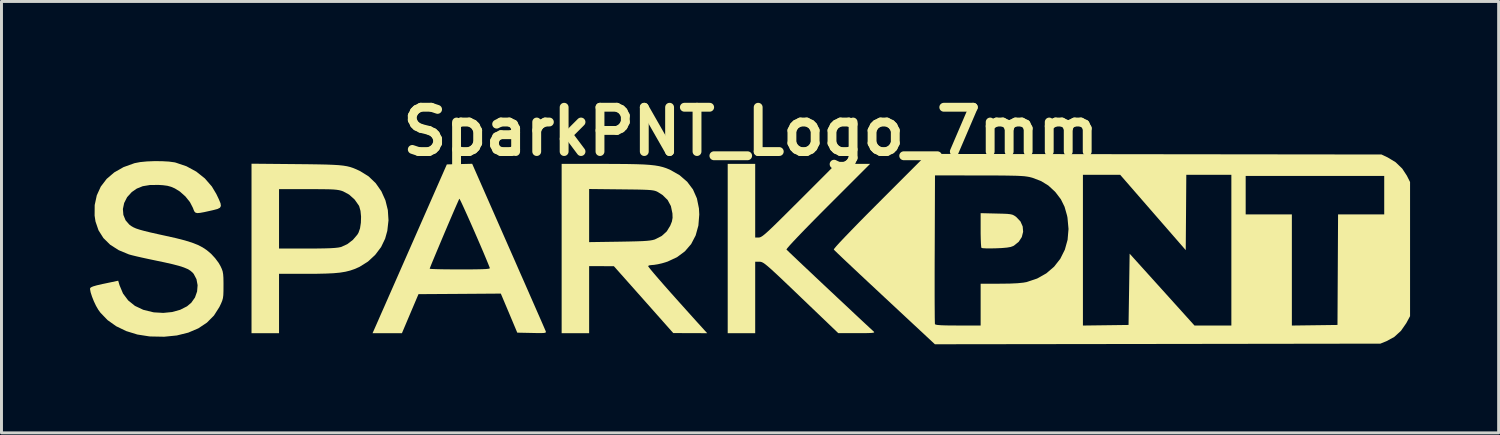
<source format=kicad_pcb>
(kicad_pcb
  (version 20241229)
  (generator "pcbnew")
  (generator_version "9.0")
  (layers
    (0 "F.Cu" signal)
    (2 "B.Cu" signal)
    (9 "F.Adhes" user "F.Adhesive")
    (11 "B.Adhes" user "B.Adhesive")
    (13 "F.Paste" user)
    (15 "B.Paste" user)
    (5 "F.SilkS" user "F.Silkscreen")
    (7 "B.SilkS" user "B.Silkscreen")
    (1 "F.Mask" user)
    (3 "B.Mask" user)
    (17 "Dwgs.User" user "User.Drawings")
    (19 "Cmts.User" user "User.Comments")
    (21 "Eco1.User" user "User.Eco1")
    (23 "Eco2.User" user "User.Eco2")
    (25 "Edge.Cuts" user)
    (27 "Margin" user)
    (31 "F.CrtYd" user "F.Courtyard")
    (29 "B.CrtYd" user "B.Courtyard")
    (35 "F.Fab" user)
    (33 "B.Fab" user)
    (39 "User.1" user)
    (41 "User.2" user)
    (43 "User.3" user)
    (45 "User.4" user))
  (footprint "SparkPNT_Logo_7mm"
    (layer "F.Cu")
    (at 22.377 5.404)
    (property "Reference" "SparkPNT_Logo_7mm" (at 0 -4 0) (layer "F.SilkS") (effects (font (size 1.5 1.5) (thickness 0.3))))
    (attr board_only exclude_from_pos_files exclude_from_bom)
    (fp_poly (pts (xy 8.318 -1.222) (xy 8.528 -1.217) (xy 8.678 -1.211) (xy 8.782 -1.2) (xy 8.856 -1.184) (xy 8.913 -1.158) (xy 8.968 -1.122) (xy 8.992 -1.103) (xy 9.132 -0.956) (xy 9.208 -0.785) (xy 9.223 -0.604) (xy 9.178 -0.426) (xy 9.074 -0.266) (xy 8.913 -0.136) (xy 8.887 -0.122) (xy 8.803 -0.091) (xy 8.676 -0.069) (xy 8.495 -0.053) (xy 8.305 -0.045) (xy 8.126 -0.041) (xy 7.974 -0.042) (xy 7.864 -0.048) (xy 7.813 -0.057) (xy 7.812 -0.058) (xy 7.802 -0.104) (xy 7.794 -0.21) (xy 7.788 -0.364) (xy 7.784 -0.551) (xy 7.784 -0.661) (xy 7.784 -1.235)) (stroke (width 0) (type solid)) (fill yes) (layer "F.SilkS"))
    (fp_poly (pts (xy 0.149 -1.657) (xy 0.149 -0.41) (xy 0.27 -0.41) (xy 0.302 -0.414) (xy 0.34 -0.428) (xy 0.389 -0.458) (xy 0.454 -0.507) (xy 0.538 -0.579) (xy 0.648 -0.68) (xy 0.788 -0.814) (xy 0.962 -0.984) (xy 1.176 -1.196) (xy 1.434 -1.453) (xy 1.639 -1.657) (xy 2.886 -2.905) (xy 3.463 -2.905) (xy 4.041 -2.905) (xy 2.611 -1.475) (xy 2.32 -1.183) (xy 2.054 -0.913) (xy 1.817 -0.671) (xy 1.614 -0.46) (xy 1.447 -0.284) (xy 1.322 -0.148) (xy 1.241 -0.054) (xy 1.208 -0.008) (xy 1.207 -0.005) (xy 1.237 0.025) (xy 1.315 0.101) (xy 1.436 0.216) (xy 1.593 0.365) (xy 1.78 0.542) (xy 1.993 0.742) (xy 2.223 0.96) (xy 2.467 1.189) (xy 2.717 1.424) (xy 2.968 1.659) (xy 3.214 1.889) (xy 3.448 2.109) (xy 3.665 2.312) (xy 3.859 2.493) (xy 4.024 2.646) (xy 4.154 2.766) (xy 4.17 2.78) (xy 4.18 2.799) (xy 4.158 2.812) (xy 4.095 2.821) (xy 3.984 2.826) (xy 3.815 2.829) (xy 3.593 2.829) (xy 2.961 2.827) (xy 1.698 1.618) (xy 1.405 1.337) (xy 1.159 1.103) (xy 0.958 0.912) (xy 0.794 0.76) (xy 0.665 0.642) (xy 0.563 0.554) (xy 0.485 0.491) (xy 0.425 0.45) (xy 0.379 0.426) (xy 0.341 0.414) (xy 0.305 0.41) (xy 0.293 0.41) (xy 0.149 0.41) (xy 0.149 1.62) (xy 0.149 2.83) (xy -0.317 2.83) (xy -0.782 2.83) (xy -0.782 -0.037) (xy -0.782 -2.905) (xy -0.317 -2.905) (xy 0.149 -2.905)) (stroke (width 0) (type solid)) (fill yes) (layer "F.SilkS"))
    (fp_poly (pts (xy -15.391 -2.896) (xy -14.988 -2.892) (xy -14.651 -2.887) (xy -14.372 -2.881) (xy -14.144 -2.872) (xy -13.957 -2.861) (xy -13.804 -2.845) (xy -13.676 -2.824) (xy -13.565 -2.797) (xy -13.464 -2.763) (xy -13.363 -2.721) (xy -13.255 -2.671) (xy -13.229 -2.658) (xy -12.943 -2.48) (xy -12.703 -2.25) (xy -12.512 -1.977) (xy -12.374 -1.67) (xy -12.292 -1.338) (xy -12.27 -0.991) (xy -12.31 -0.637) (xy -12.384 -0.371) (xy -12.521 -0.086) (xy -12.72 0.177) (xy -12.965 0.404) (xy -13.245 0.58) (xy -13.272 0.593) (xy -13.42 0.658) (xy -13.569 0.709) (xy -13.73 0.749) (xy -13.914 0.779) (xy -14.13 0.799) (xy -14.391 0.811) (xy -14.706 0.818) (xy -15.026 0.819) (xy -15.977 0.819) (xy -15.977 1.825) (xy -15.977 2.83) (xy -16.443 2.83) (xy -16.909 2.83) (xy -16.909 -0.04) (xy -16.909 -1.043) (xy -15.977 -1.043) (xy -15.977 -0.037) (xy -15.016 -0.037) (xy -14.693 -0.038) (xy -14.436 -0.042) (xy -14.235 -0.048) (xy -14.082 -0.058) (xy -13.967 -0.071) (xy -13.882 -0.088) (xy -13.869 -0.092) (xy -13.666 -0.185) (xy -13.476 -0.33) (xy -13.325 -0.507) (xy -13.286 -0.572) (xy -13.234 -0.721) (xy -13.205 -0.912) (xy -13.199 -1.117) (xy -13.218 -1.311) (xy -13.261 -1.466) (xy -13.272 -1.49) (xy -13.416 -1.695) (xy -13.604 -1.864) (xy -13.808 -1.974) (xy -13.874 -1.997) (xy -13.944 -2.014) (xy -14.028 -2.027) (xy -14.136 -2.037) (xy -14.278 -2.043) (xy -14.465 -2.046) (xy -14.706 -2.048) (xy -14.992 -2.048) (xy -15.977 -2.048) (xy -15.977 -1.043) (xy -16.909 -1.043) (xy -16.909 -2.91)) (stroke (width 0) (type solid)) (fill yes) (layer "F.SilkS"))
    (fp_poly (pts (xy -8.203 -0.104) (xy -8.012 0.329) (xy -7.831 0.743) (xy -7.659 1.132) (xy -7.501 1.493) (xy -7.358 1.819) (xy -7.232 2.106) (xy -7.126 2.347) (xy -7.042 2.539) (xy -6.983 2.676) (xy -6.95 2.752) (xy -6.944 2.766) (xy -6.938 2.793) (xy -6.954 2.811) (xy -7 2.822) (xy -7.09 2.826) (xy -7.233 2.826) (xy -7.414 2.822) (xy -7.909 2.812) (xy -8.187 2.15) (xy -8.466 1.489) (xy -9.86 1.499) (xy -11.254 1.508) (xy -11.535 2.169) (xy -11.815 2.83) (xy -12.313 2.83) (xy -12.81 2.83) (xy -12.773 2.747) (xy -12.752 2.7) (xy -12.704 2.591) (xy -12.63 2.424) (xy -12.534 2.204) (xy -12.416 1.938) (xy -12.281 1.63) (xy -12.129 1.285) (xy -11.963 0.908) (xy -11.848 0.646) (xy -10.875 0.646) (xy -10.839 0.653) (xy -10.739 0.658) (xy -10.583 0.663) (xy -10.38 0.667) (xy -10.142 0.669) (xy -9.876 0.67) (xy -9.847 0.67) (xy -9.532 0.67) (xy -9.285 0.667) (xy -9.099 0.663) (xy -8.968 0.657) (xy -8.885 0.648) (xy -8.844 0.637) (xy -8.837 0.624) (xy -8.893 0.483) (xy -8.968 0.301) (xy -9.057 0.089) (xy -9.157 -0.145) (xy -9.264 -0.392) (xy -9.373 -0.643) (xy -9.481 -0.888) (xy -9.583 -1.117) (xy -9.676 -1.323) (xy -9.755 -1.496) (xy -9.816 -1.626) (xy -9.856 -1.705) (xy -9.87 -1.724) (xy -9.89 -1.684) (xy -9.934 -1.585) (xy -9.999 -1.438) (xy -10.08 -1.251) (xy -10.173 -1.034) (xy -10.274 -0.798) (xy -10.379 -0.551) (xy -10.483 -0.304) (xy -10.583 -0.066) (xy -10.675 0.153) (xy -10.754 0.343) (xy -10.817 0.495) (xy -10.858 0.599) (xy -10.875 0.645) (xy -10.875 0.646) (xy -11.848 0.646) (xy -11.786 0.506) (xy -11.6 0.083) (xy -11.514 -0.112) (xy -10.294 -2.886) (xy -9.865 -2.897) (xy -9.436 -2.907)) (stroke (width 0) (type solid)) (fill yes) (layer "F.SilkS"))
    (fp_poly (pts (xy -4.963 -2.904) (xy -4.537 -2.902) (xy -4.177 -2.899) (xy -3.877 -2.893) (xy -3.627 -2.884) (xy -3.421 -2.87) (xy -3.249 -2.851) (xy -3.105 -2.827) (xy -2.98 -2.796) (xy -2.866 -2.759) (xy -2.757 -2.714) (xy -2.735 -2.704) (xy -2.413 -2.522) (xy -2.155 -2.299) (xy -1.958 -2.037) (xy -1.825 -1.735) (xy -1.756 -1.395) (xy -1.745 -1.19) (xy -1.775 -0.816) (xy -1.867 -0.482) (xy -2.019 -0.19) (xy -2.23 0.056) (xy -2.498 0.256) (xy -2.82 0.406) (xy -3.006 0.463) (xy -3.147 0.495) (xy -3.277 0.516) (xy -3.346 0.521) (xy -3.432 0.531) (xy -3.479 0.554) (xy -3.459 0.588) (xy -3.392 0.674) (xy -3.28 0.808) (xy -3.127 0.986) (xy -2.935 1.206) (xy -2.708 1.463) (xy -2.448 1.754) (xy -2.159 2.076) (xy -1.844 2.426) (xy -1.553 2.747) (xy -1.477 2.83) (xy -2.051 2.828) (xy -2.626 2.826) (xy -3.631 1.693) (xy -4.637 0.561) (xy -5.056 0.56) (xy -5.475 0.559) (xy -5.475 1.695) (xy -5.475 2.83) (xy -5.94 2.83) (xy -6.406 2.83) (xy -6.406 -0.037) (xy -6.406 -1.153) (xy -5.475 -1.153) (xy -5.475 -0.254) (xy -4.441 -0.269) (xy -4.122 -0.275) (xy -3.868 -0.281) (xy -3.67 -0.288) (xy -3.519 -0.298) (xy -3.406 -0.31) (xy -3.321 -0.325) (xy -3.256 -0.343) (xy -3.243 -0.348) (xy -3.015 -0.464) (xy -2.846 -0.618) (xy -2.728 -0.811) (xy -2.671 -0.954) (xy -2.649 -1.078) (xy -2.654 -1.225) (xy -2.654 -1.227) (xy -2.706 -1.475) (xy -2.816 -1.68) (xy -2.988 -1.849) (xy -3.147 -1.95) (xy -3.193 -1.973) (xy -3.243 -1.991) (xy -3.306 -2.005) (xy -3.389 -2.016) (xy -3.504 -2.024) (xy -3.658 -2.03) (xy -3.861 -2.035) (xy -4.121 -2.038) (xy -4.385 -2.041) (xy -5.475 -2.053) (xy -5.475 -1.153) (xy -6.406 -1.153) (xy -6.406 -2.905)) (stroke (width 0) (type solid)) (fill yes) (layer "F.SilkS"))
    (fp_poly (pts (xy 13.668 -3.231) (xy 21.359 -3.222) (xy 21.57 -3.122) (xy 21.839 -2.959) (xy 22.061 -2.745) (xy 22.218 -2.506) (xy 22.327 -2.29) (xy 22.327 -0.019) (xy 22.327 2.253) (xy 22.2 2.489) (xy 22.019 2.75) (xy 21.792 2.957) (xy 21.532 3.099) (xy 21.322 3.184) (xy 13.779 3.195) (xy 6.235 3.205) (xy 4.536 1.623) (xy 4.236 1.343) (xy 4.068 1.186) (xy 6.226 1.186) (xy 6.226 1.528) (xy 6.227 1.83) (xy 6.229 2.085) (xy 6.23 2.288) (xy 6.233 2.432) (xy 6.235 2.51) (xy 6.237 2.523) (xy 6.262 2.54) (xy 6.33 2.552) (xy 6.446 2.561) (xy 6.617 2.567) (xy 6.852 2.569) (xy 7.019 2.57) (xy 7.784 2.57) (xy 7.784 1.862) (xy 7.784 1.155) (xy 8.445 1.154) (xy 8.773 1.15) (xy 9.033 1.138) (xy 9.231 1.118) (xy 9.342 1.098) (xy 9.697 0.979) (xy 10.008 0.804) (xy 10.271 0.579) (xy 10.481 0.311) (xy 10.627 0.019) (xy 11.248 0.019) (xy 11.248 2.571) (xy 12.02 2.561) (xy 12.793 2.551) (xy 12.812 1.344) (xy 12.83 0.137) (xy 13.928 1.353) (xy 15.026 2.57) (xy 15.651 2.57) (xy 16.275 2.57) (xy 16.275 0.019) (xy 16.275 -1.844) (xy 16.76 -1.844) (xy 16.76 -1.192) (xy 17.542 -1.192) (xy 18.324 -1.192) (xy 18.324 0.69) (xy 18.324 2.571) (xy 19.097 2.561) (xy 19.869 2.551) (xy 19.879 0.68) (xy 19.889 -1.192) (xy 20.67 -1.192) (xy 21.452 -1.192) (xy 21.452 -1.844) (xy 21.452 -2.495) (xy 19.106 -2.495) (xy 16.76 -2.495) (xy 16.76 -1.844) (xy 16.275 -1.844) (xy 16.275 -2.533) (xy 15.512 -2.533) (xy 14.749 -2.533) (xy 14.74 -1.258) (xy 14.73 0.017) (xy 13.62 -1.258) (xy 12.511 -2.533) (xy 11.879 -2.533) (xy 11.248 -2.533) (xy 11.248 0.019) (xy 10.627 0.019) (xy 10.635 0.004) (xy 10.729 -0.334) (xy 10.76 -0.699) (xy 10.725 -1.083) (xy 10.71 -1.157) (xy 10.626 -1.452) (xy 10.502 -1.704) (xy 10.325 -1.937) (xy 10.294 -1.971) (xy 10.075 -2.172) (xy 9.832 -2.321) (xy 9.544 -2.431) (xy 9.497 -2.444) (xy 9.429 -2.461) (xy 9.352 -2.474) (xy 9.261 -2.486) (xy 9.146 -2.494) (xy 9 -2.501) (xy 8.815 -2.505) (xy 8.583 -2.509) (xy 8.296 -2.511) (xy 7.947 -2.512) (xy 7.747 -2.512) (xy 6.238 -2.514) (xy 6.229 -0.019) (xy 6.227 0.407) (xy 6.226 0.81) (xy 6.226 1.186) (xy 4.068 1.186) (xy 3.952 1.078) (xy 3.689 0.832) (xy 3.452 0.609) (xy 3.244 0.414) (xy 3.072 0.251) (xy 2.939 0.124) (xy 2.851 0.039) (xy 2.812 -0.001) (xy 2.81 -0.003) (xy 2.831 -0.038) (xy 2.902 -0.123) (xy 3.022 -0.255) (xy 3.189 -0.431) (xy 3.4 -0.65) (xy 3.652 -0.909) (xy 3.944 -1.205) (xy 4.274 -1.536) (xy 4.381 -1.643) (xy 5.978 -3.241)) (stroke (width 0) (type solid)) (fill yes) (layer "F.SilkS"))
    (fp_poly (pts (xy -19.942 -2.995) (xy -19.707 -2.982) (xy -19.516 -2.956) (xy -19.478 -2.947) (xy -19.112 -2.823) (xy -18.779 -2.642) (xy -18.49 -2.412) (xy -18.253 -2.139) (xy -18.101 -1.885) (xy -18.012 -1.699) (xy -17.958 -1.567) (xy -17.946 -1.478) (xy -17.978 -1.419) (xy -18.059 -1.377) (xy -18.195 -1.341) (xy -18.305 -1.316) (xy -18.507 -1.271) (xy -18.649 -1.245) (xy -18.744 -1.237) (xy -18.804 -1.252) (xy -18.843 -1.29) (xy -18.872 -1.355) (xy -18.892 -1.411) (xy -18.994 -1.609) (xy -19.148 -1.801) (xy -19.336 -1.968) (xy -19.506 -2.073) (xy -19.633 -2.128) (xy -19.758 -2.162) (xy -19.909 -2.182) (xy -20.057 -2.191) (xy -20.351 -2.188) (xy -20.593 -2.148) (xy -20.795 -2.067) (xy -20.965 -1.949) (xy -21.122 -1.776) (xy -21.222 -1.58) (xy -21.265 -1.376) (xy -21.249 -1.176) (xy -21.174 -0.993) (xy -21.049 -0.849) (xy -20.985 -0.8) (xy -20.911 -0.757) (xy -20.819 -0.716) (xy -20.698 -0.676) (xy -20.539 -0.632) (xy -20.334 -0.582) (xy -20.072 -0.523) (xy -19.813 -0.466) (xy -19.459 -0.387) (xy -19.167 -0.312) (xy -18.928 -0.238) (xy -18.731 -0.161) (xy -18.566 -0.076) (xy -18.421 0.021) (xy -18.287 0.134) (xy -18.267 0.153) (xy -18.141 0.29) (xy -18.025 0.445) (xy -17.961 0.555) (xy -17.917 0.65) (xy -17.887 0.735) (xy -17.87 0.83) (xy -17.861 0.953) (xy -17.858 1.123) (xy -17.858 1.212) (xy -17.859 1.403) (xy -17.864 1.54) (xy -17.877 1.643) (xy -17.902 1.733) (xy -17.943 1.831) (xy -17.998 1.945) (xy -18.181 2.232) (xy -18.419 2.472) (xy -18.71 2.666) (xy -19.051 2.811) (xy -19.438 2.907) (xy -19.867 2.95) (xy -20.334 2.941) (xy -20.372 2.938) (xy -20.775 2.875) (xy -21.151 2.759) (xy -21.491 2.595) (xy -21.784 2.387) (xy -22.023 2.139) (xy -22.097 2.038) (xy -22.175 1.904) (xy -22.249 1.748) (xy -22.312 1.588) (xy -22.358 1.445) (xy -22.377 1.339) (xy -22.376 1.31) (xy -22.349 1.279) (xy -22.276 1.246) (xy -22.149 1.209) (xy -21.958 1.165) (xy -21.894 1.152) (xy -21.424 1.053) (xy -21.379 1.206) (xy -21.261 1.487) (xy -21.086 1.72) (xy -20.857 1.905) (xy -20.575 2.038) (xy -20.241 2.12) (xy -20.209 2.125) (xy -19.895 2.143) (xy -19.595 2.113) (xy -19.323 2.037) (xy -19.093 1.92) (xy -18.95 1.8) (xy -18.824 1.622) (xy -18.752 1.417) (xy -18.735 1.204) (xy -18.773 1.001) (xy -18.867 0.822) (xy -18.907 0.776) (xy -18.979 0.714) (xy -19.073 0.657) (xy -19.199 0.604) (xy -19.366 0.55) (xy -19.581 0.494) (xy -19.854 0.432) (xy -20.141 0.372) (xy -20.379 0.322) (xy -20.605 0.273) (xy -20.803 0.228) (xy -20.959 0.19) (xy -21.057 0.163) (xy -21.061 0.162) (xy -21.408 0.018) (xy -21.697 -0.167) (xy -21.925 -0.392) (xy -22.091 -0.655) (xy -22.193 -0.953) (xy -22.223 -1.153) (xy -22.22 -1.51) (xy -22.149 -1.839) (xy -22.014 -2.134) (xy -21.816 -2.394) (xy -21.558 -2.615) (xy -21.244 -2.794) (xy -20.874 -2.927) (xy -20.856 -2.931) (xy -20.679 -2.965) (xy -20.452 -2.987) (xy -20.198 -2.997)) (stroke (width 0) (type solid)) (fill yes) (layer "F.SilkS")))
  (gr_rect
    (start -3 -3)
    (end 47.704 11.609)
    (stroke (width 0.1) (type default))
    (fill no)
    (layer "Edge.Cuts")))
</source>
